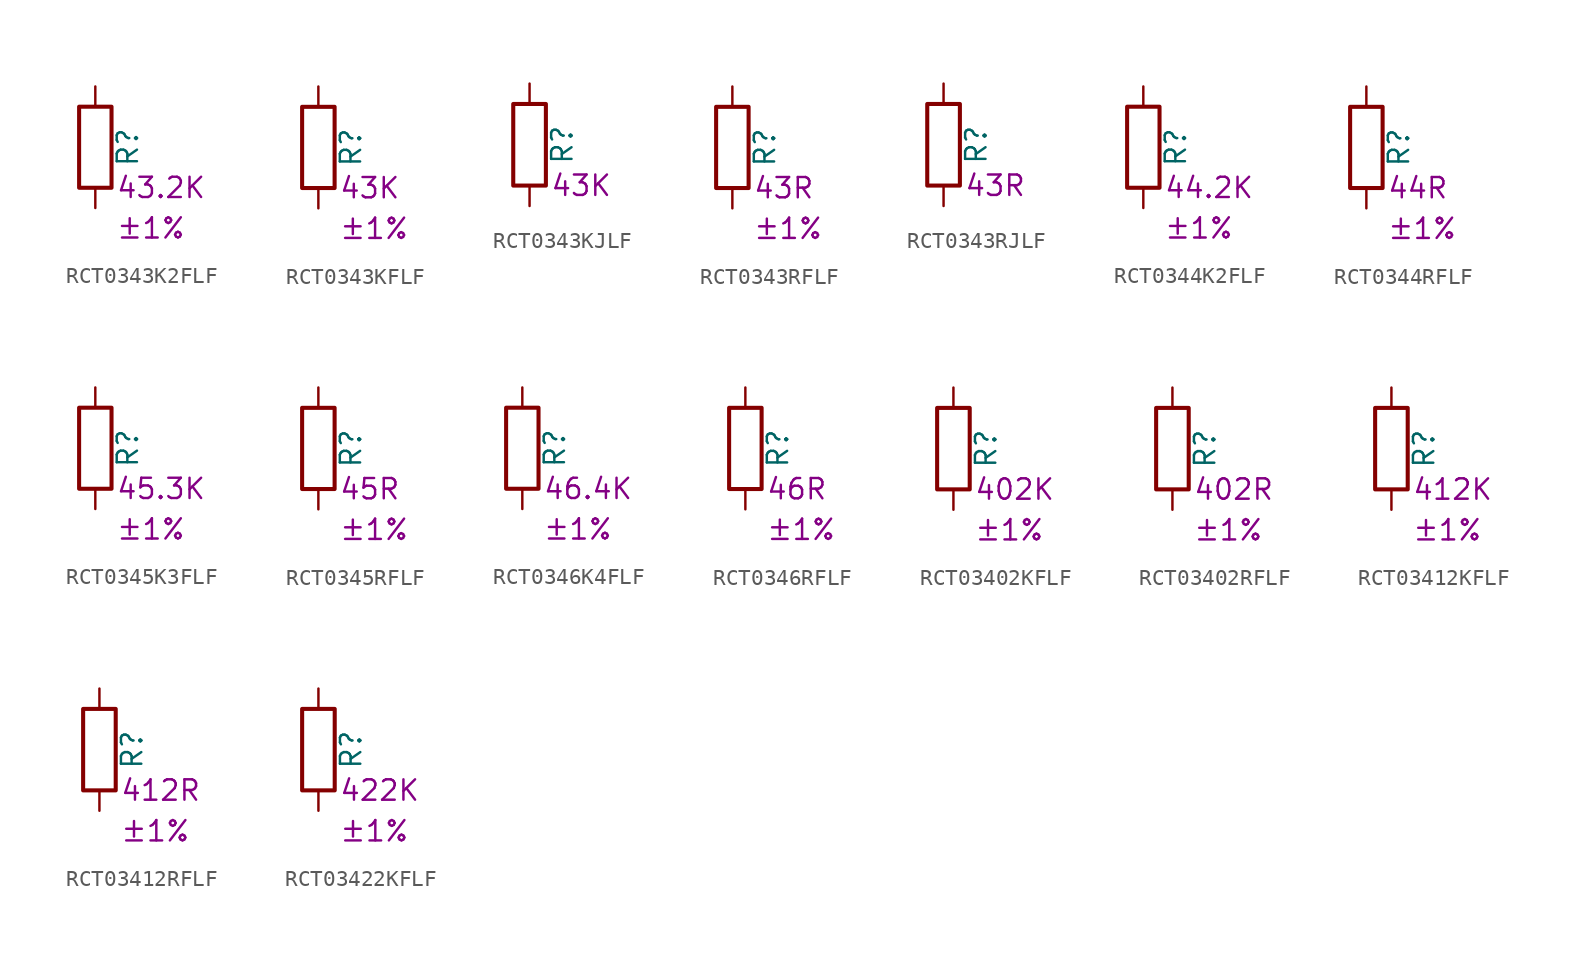
<source format=kicad_sym>
(kicad_symbol_lib
  (version 20220914)
  (generator kicad_symbol_editor)
  (symbol "RCT0343K2FLF"
    (pin_numbers hide)
    (pin_names
      (offset 0))
    (property "Reference" "R"
      (at 2.032 0 90)
      (effects (font (size 1.27 1.27))))
    (property "Resistance" "43.2K"
      (at 1.27 -2.54 0)
      (effects (font (size 1.27 1.27)) (justify left)))
    (property "Tolerance" "±1%"
      (at 1.27 -5.08 0)
      (effects (font (size 1.27 1.27)) (justify left)))
    (symbol "RCT0343K2FLF_0_1"
      (rectangle (start -1.016 -2.54) (end 1.016 2.54) (stroke (width 0.254) (type default)) (fill (type none))))
    (symbol "RCT0343K2FLF_1_1"
      (pin passive line (at 0 3.81 270) (length 1.27) (name "~" (effects (font (size 1.27 1.27)))) (number "1" (effects (font (size 1.27 1.27)))))
      (pin passive line (at 0 -3.81 90) (length 1.27) (name "~" (effects (font (size 1.27 1.27)))) (number "2" (effects (font (size 1.27 1.27)))))))
  (symbol "RCT0343KFLF"
    (pin_numbers hide)
    (pin_names
      (offset 0))
    (property "Reference" "R"
      (at 2.032 0 90)
      (effects (font (size 1.27 1.27))))
    (property "Resistance" "43K"
      (at 1.27 -2.54 0)
      (effects (font (size 1.27 1.27)) (justify left)))
    (property "Tolerance" "±1%"
      (at 1.27 -5.08 0)
      (effects (font (size 1.27 1.27)) (justify left)))
    (symbol "RCT0343KFLF_0_1"
      (rectangle (start -1.016 -2.54) (end 1.016 2.54) (stroke (width 0.254) (type default)) (fill (type none))))
    (symbol "RCT0343KFLF_1_1"
      (pin passive line (at 0 3.81 270) (length 1.27) (name "~" (effects (font (size 1.27 1.27)))) (number "1" (effects (font (size 1.27 1.27)))))
      (pin passive line (at 0 -3.81 90) (length 1.27) (name "~" (effects (font (size 1.27 1.27)))) (number "2" (effects (font (size 1.27 1.27)))))))
  (symbol "RCT0343KJLF"
    (pin_numbers hide)
    (pin_names
      (offset 0))
    (property "Reference" "R"
      (at 2.032 0 90)
      (effects (font (size 1.27 1.27))))
    (property "Resistance" "43K"
      (at 1.27 -2.54 0)
      (effects (font (size 1.27 1.27)) (justify left)))
    (symbol "RCT0343KJLF_0_1"
      (rectangle (start -1.016 -2.54) (end 1.016 2.54) (stroke (width 0.254) (type default)) (fill (type none))))
    (symbol "RCT0343KJLF_1_1"
      (pin passive line (at 0 3.81 270) (length 1.27) (name "~" (effects (font (size 1.27 1.27)))) (number "1" (effects (font (size 1.27 1.27)))))
      (pin passive line (at 0 -3.81 90) (length 1.27) (name "~" (effects (font (size 1.27 1.27)))) (number "2" (effects (font (size 1.27 1.27)))))))
  (symbol "RCT0343RFLF"
    (pin_numbers hide)
    (pin_names
      (offset 0))
    (property "Reference" "R"
      (at 2.032 0 90)
      (effects (font (size 1.27 1.27))))
    (property "Resistance" "43R"
      (at 1.27 -2.54 0)
      (effects (font (size 1.27 1.27)) (justify left)))
    (property "Tolerance" "±1%"
      (at 1.27 -5.08 0)
      (effects (font (size 1.27 1.27)) (justify left)))
    (symbol "RCT0343RFLF_0_1"
      (rectangle (start -1.016 -2.54) (end 1.016 2.54) (stroke (width 0.254) (type default)) (fill (type none))))
    (symbol "RCT0343RFLF_1_1"
      (pin passive line (at 0 3.81 270) (length 1.27) (name "~" (effects (font (size 1.27 1.27)))) (number "1" (effects (font (size 1.27 1.27)))))
      (pin passive line (at 0 -3.81 90) (length 1.27) (name "~" (effects (font (size 1.27 1.27)))) (number "2" (effects (font (size 1.27 1.27)))))))
  (symbol "RCT0343RJLF"
    (pin_numbers hide)
    (pin_names
      (offset 0))
    (property "Reference" "R"
      (at 2.032 0 90)
      (effects (font (size 1.27 1.27))))
    (property "Resistance" "43R"
      (at 1.27 -2.54 0)
      (effects (font (size 1.27 1.27)) (justify left)))
    (symbol "RCT0343RJLF_0_1"
      (rectangle (start -1.016 -2.54) (end 1.016 2.54) (stroke (width 0.254) (type default)) (fill (type none))))
    (symbol "RCT0343RJLF_1_1"
      (pin passive line (at 0 3.81 270) (length 1.27) (name "~" (effects (font (size 1.27 1.27)))) (number "1" (effects (font (size 1.27 1.27)))))
      (pin passive line (at 0 -3.81 90) (length 1.27) (name "~" (effects (font (size 1.27 1.27)))) (number "2" (effects (font (size 1.27 1.27)))))))
  (symbol "RCT0344K2FLF"
    (pin_numbers hide)
    (pin_names
      (offset 0))
    (property "Reference" "R"
      (at 2.032 0 90)
      (effects (font (size 1.27 1.27))))
    (property "Resistance" "44.2K"
      (at 1.27 -2.54 0)
      (effects (font (size 1.27 1.27)) (justify left)))
    (property "Tolerance" "±1%"
      (at 1.27 -5.08 0)
      (effects (font (size 1.27 1.27)) (justify left)))
    (symbol "RCT0344K2FLF_0_1"
      (rectangle (start -1.016 -2.54) (end 1.016 2.54) (stroke (width 0.254) (type default)) (fill (type none))))
    (symbol "RCT0344K2FLF_1_1"
      (pin passive line (at 0 3.81 270) (length 1.27) (name "~" (effects (font (size 1.27 1.27)))) (number "1" (effects (font (size 1.27 1.27)))))
      (pin passive line (at 0 -3.81 90) (length 1.27) (name "~" (effects (font (size 1.27 1.27)))) (number "2" (effects (font (size 1.27 1.27)))))))
  (symbol "RCT0344RFLF"
    (pin_numbers hide)
    (pin_names
      (offset 0))
    (property "Reference" "R"
      (at 2.032 0 90)
      (effects (font (size 1.27 1.27))))
    (property "Resistance" "44R"
      (at 1.27 -2.54 0)
      (effects (font (size 1.27 1.27)) (justify left)))
    (property "Tolerance" "±1%"
      (at 1.27 -5.08 0)
      (effects (font (size 1.27 1.27)) (justify left)))
    (symbol "RCT0344RFLF_0_1"
      (rectangle (start -1.016 -2.54) (end 1.016 2.54) (stroke (width 0.254) (type default)) (fill (type none))))
    (symbol "RCT0344RFLF_1_1"
      (pin passive line (at 0 3.81 270) (length 1.27) (name "~" (effects (font (size 1.27 1.27)))) (number "1" (effects (font (size 1.27 1.27)))))
      (pin passive line (at 0 -3.81 90) (length 1.27) (name "~" (effects (font (size 1.27 1.27)))) (number "2" (effects (font (size 1.27 1.27)))))))
  (symbol "RCT0345K3FLF"
    (pin_numbers hide)
    (pin_names
      (offset 0))
    (property "Reference" "R"
      (at 2.032 0 90)
      (effects (font (size 1.27 1.27))))
    (property "Resistance" "45.3K"
      (at 1.27 -2.54 0)
      (effects (font (size 1.27 1.27)) (justify left)))
    (property "Tolerance" "±1%"
      (at 1.27 -5.08 0)
      (effects (font (size 1.27 1.27)) (justify left)))
    (symbol "RCT0345K3FLF_0_1"
      (rectangle (start -1.016 -2.54) (end 1.016 2.54) (stroke (width 0.254) (type default)) (fill (type none))))
    (symbol "RCT0345K3FLF_1_1"
      (pin passive line (at 0 3.81 270) (length 1.27) (name "~" (effects (font (size 1.27 1.27)))) (number "1" (effects (font (size 1.27 1.27)))))
      (pin passive line (at 0 -3.81 90) (length 1.27) (name "~" (effects (font (size 1.27 1.27)))) (number "2" (effects (font (size 1.27 1.27)))))))
  (symbol "RCT0345RFLF"
    (pin_numbers hide)
    (pin_names
      (offset 0))
    (property "Reference" "R"
      (at 2.032 0 90)
      (effects (font (size 1.27 1.27))))
    (property "Resistance" "45R"
      (at 1.27 -2.54 0)
      (effects (font (size 1.27 1.27)) (justify left)))
    (property "Tolerance" "±1%"
      (at 1.27 -5.08 0)
      (effects (font (size 1.27 1.27)) (justify left)))
    (symbol "RCT0345RFLF_0_1"
      (rectangle (start -1.016 -2.54) (end 1.016 2.54) (stroke (width 0.254) (type default)) (fill (type none))))
    (symbol "RCT0345RFLF_1_1"
      (pin passive line (at 0 3.81 270) (length 1.27) (name "~" (effects (font (size 1.27 1.27)))) (number "1" (effects (font (size 1.27 1.27)))))
      (pin passive line (at 0 -3.81 90) (length 1.27) (name "~" (effects (font (size 1.27 1.27)))) (number "2" (effects (font (size 1.27 1.27)))))))
  (symbol "RCT0346K4FLF"
    (pin_numbers hide)
    (pin_names
      (offset 0))
    (property "Reference" "R"
      (at 2.032 0 90)
      (effects (font (size 1.27 1.27))))
    (property "Resistance" "46.4K"
      (at 1.27 -2.54 0)
      (effects (font (size 1.27 1.27)) (justify left)))
    (property "Tolerance" "±1%"
      (at 1.27 -5.08 0)
      (effects (font (size 1.27 1.27)) (justify left)))
    (symbol "RCT0346K4FLF_0_1"
      (rectangle (start -1.016 -2.54) (end 1.016 2.54) (stroke (width 0.254) (type default)) (fill (type none))))
    (symbol "RCT0346K4FLF_1_1"
      (pin passive line (at 0 3.81 270) (length 1.27) (name "~" (effects (font (size 1.27 1.27)))) (number "1" (effects (font (size 1.27 1.27)))))
      (pin passive line (at 0 -3.81 90) (length 1.27) (name "~" (effects (font (size 1.27 1.27)))) (number "2" (effects (font (size 1.27 1.27)))))))
  (symbol "RCT0346RFLF"
    (pin_numbers hide)
    (pin_names
      (offset 0))
    (property "Reference" "R"
      (at 2.032 0 90)
      (effects (font (size 1.27 1.27))))
    (property "Resistance" "46R"
      (at 1.27 -2.54 0)
      (effects (font (size 1.27 1.27)) (justify left)))
    (property "Tolerance" "±1%"
      (at 1.27 -5.08 0)
      (effects (font (size 1.27 1.27)) (justify left)))
    (symbol "RCT0346RFLF_0_1"
      (rectangle (start -1.016 -2.54) (end 1.016 2.54) (stroke (width 0.254) (type default)) (fill (type none))))
    (symbol "RCT0346RFLF_1_1"
      (pin passive line (at 0 3.81 270) (length 1.27) (name "~" (effects (font (size 1.27 1.27)))) (number "1" (effects (font (size 1.27 1.27)))))
      (pin passive line (at 0 -3.81 90) (length 1.27) (name "~" (effects (font (size 1.27 1.27)))) (number "2" (effects (font (size 1.27 1.27)))))))
  (symbol "RCT03402KFLF"
    (pin_numbers hide)
    (pin_names
      (offset 0))
    (property "Reference" "R"
      (at 2.032 0 90)
      (effects (font (size 1.27 1.27))))
    (property "Resistance" "402K"
      (at 1.27 -2.54 0)
      (effects (font (size 1.27 1.27)) (justify left)))
    (property "Tolerance" "±1%"
      (at 1.27 -5.08 0)
      (effects (font (size 1.27 1.27)) (justify left)))
    (symbol "RCT03402KFLF_0_1"
      (rectangle (start -1.016 -2.54) (end 1.016 2.54) (stroke (width 0.254) (type default)) (fill (type none))))
    (symbol "RCT03402KFLF_1_1"
      (pin passive line (at 0 3.81 270) (length 1.27) (name "~" (effects (font (size 1.27 1.27)))) (number "1" (effects (font (size 1.27 1.27)))))
      (pin passive line (at 0 -3.81 90) (length 1.27) (name "~" (effects (font (size 1.27 1.27)))) (number "2" (effects (font (size 1.27 1.27)))))))
  (symbol "RCT03402RFLF"
    (pin_numbers hide)
    (pin_names
      (offset 0))
    (property "Reference" "R"
      (at 2.032 0 90)
      (effects (font (size 1.27 1.27))))
    (property "Resistance" "402R"
      (at 1.27 -2.54 0)
      (effects (font (size 1.27 1.27)) (justify left)))
    (property "Tolerance" "±1%"
      (at 1.27 -5.08 0)
      (effects (font (size 1.27 1.27)) (justify left)))
    (symbol "RCT03402RFLF_0_1"
      (rectangle (start -1.016 -2.54) (end 1.016 2.54) (stroke (width 0.254) (type default)) (fill (type none))))
    (symbol "RCT03402RFLF_1_1"
      (pin passive line (at 0 3.81 270) (length 1.27) (name "~" (effects (font (size 1.27 1.27)))) (number "1" (effects (font (size 1.27 1.27)))))
      (pin passive line (at 0 -3.81 90) (length 1.27) (name "~" (effects (font (size 1.27 1.27)))) (number "2" (effects (font (size 1.27 1.27)))))))
  (symbol "RCT03412KFLF"
    (pin_numbers hide)
    (pin_names
      (offset 0))
    (property "Reference" "R"
      (at 2.032 0 90)
      (effects (font (size 1.27 1.27))))
    (property "Resistance" "412K"
      (at 1.27 -2.54 0)
      (effects (font (size 1.27 1.27)) (justify left)))
    (property "Tolerance" "±1%"
      (at 1.27 -5.08 0)
      (effects (font (size 1.27 1.27)) (justify left)))
    (symbol "RCT03412KFLF_0_1"
      (rectangle (start -1.016 -2.54) (end 1.016 2.54) (stroke (width 0.254) (type default)) (fill (type none))))
    (symbol "RCT03412KFLF_1_1"
      (pin passive line (at 0 3.81 270) (length 1.27) (name "~" (effects (font (size 1.27 1.27)))) (number "1" (effects (font (size 1.27 1.27)))))
      (pin passive line (at 0 -3.81 90) (length 1.27) (name "~" (effects (font (size 1.27 1.27)))) (number "2" (effects (font (size 1.27 1.27)))))))
  (symbol "RCT03412RFLF"
    (pin_numbers hide)
    (pin_names
      (offset 0))
    (property "Reference" "R"
      (at 2.032 0 90)
      (effects (font (size 1.27 1.27))))
    (property "Resistance" "412R"
      (at 1.27 -2.54 0)
      (effects (font (size 1.27 1.27)) (justify left)))
    (property "Tolerance" "±1%"
      (at 1.27 -5.08 0)
      (effects (font (size 1.27 1.27)) (justify left)))
    (symbol "RCT03412RFLF_0_1"
      (rectangle (start -1.016 -2.54) (end 1.016 2.54) (stroke (width 0.254) (type default)) (fill (type none))))
    (symbol "RCT03412RFLF_1_1"
      (pin passive line (at 0 3.81 270) (length 1.27) (name "~" (effects (font (size 1.27 1.27)))) (number "1" (effects (font (size 1.27 1.27)))))
      (pin passive line (at 0 -3.81 90) (length 1.27) (name "~" (effects (font (size 1.27 1.27)))) (number "2" (effects (font (size 1.27 1.27)))))))
  (symbol "RCT03422KFLF"
    (pin_numbers hide)
    (pin_names
      (offset 0))
    (property "Reference" "R"
      (at 2.032 0 90)
      (effects (font (size 1.27 1.27))))
    (property "Resistance" "422K"
      (at 1.27 -2.54 0)
      (effects (font (size 1.27 1.27)) (justify left)))
    (property "Tolerance" "±1%"
      (at 1.27 -5.08 0)
      (effects (font (size 1.27 1.27)) (justify left)))
    (symbol "RCT03422KFLF_0_1"
      (rectangle (start -1.016 -2.54) (end 1.016 2.54) (stroke (width 0.254) (type default)) (fill (type none))))
    (symbol "RCT03422KFLF_1_1"
      (pin passive line (at 0 3.81 270) (length 1.27) (name "~" (effects (font (size 1.27 1.27)))) (number "1" (effects (font (size 1.27 1.27)))))
      (pin passive line (at 0 -3.81 90) (length 1.27) (name "~" (effects (font (size 1.27 1.27)))) (number "2" (effects (font (size 1.27 1.27))))))))
</source>
